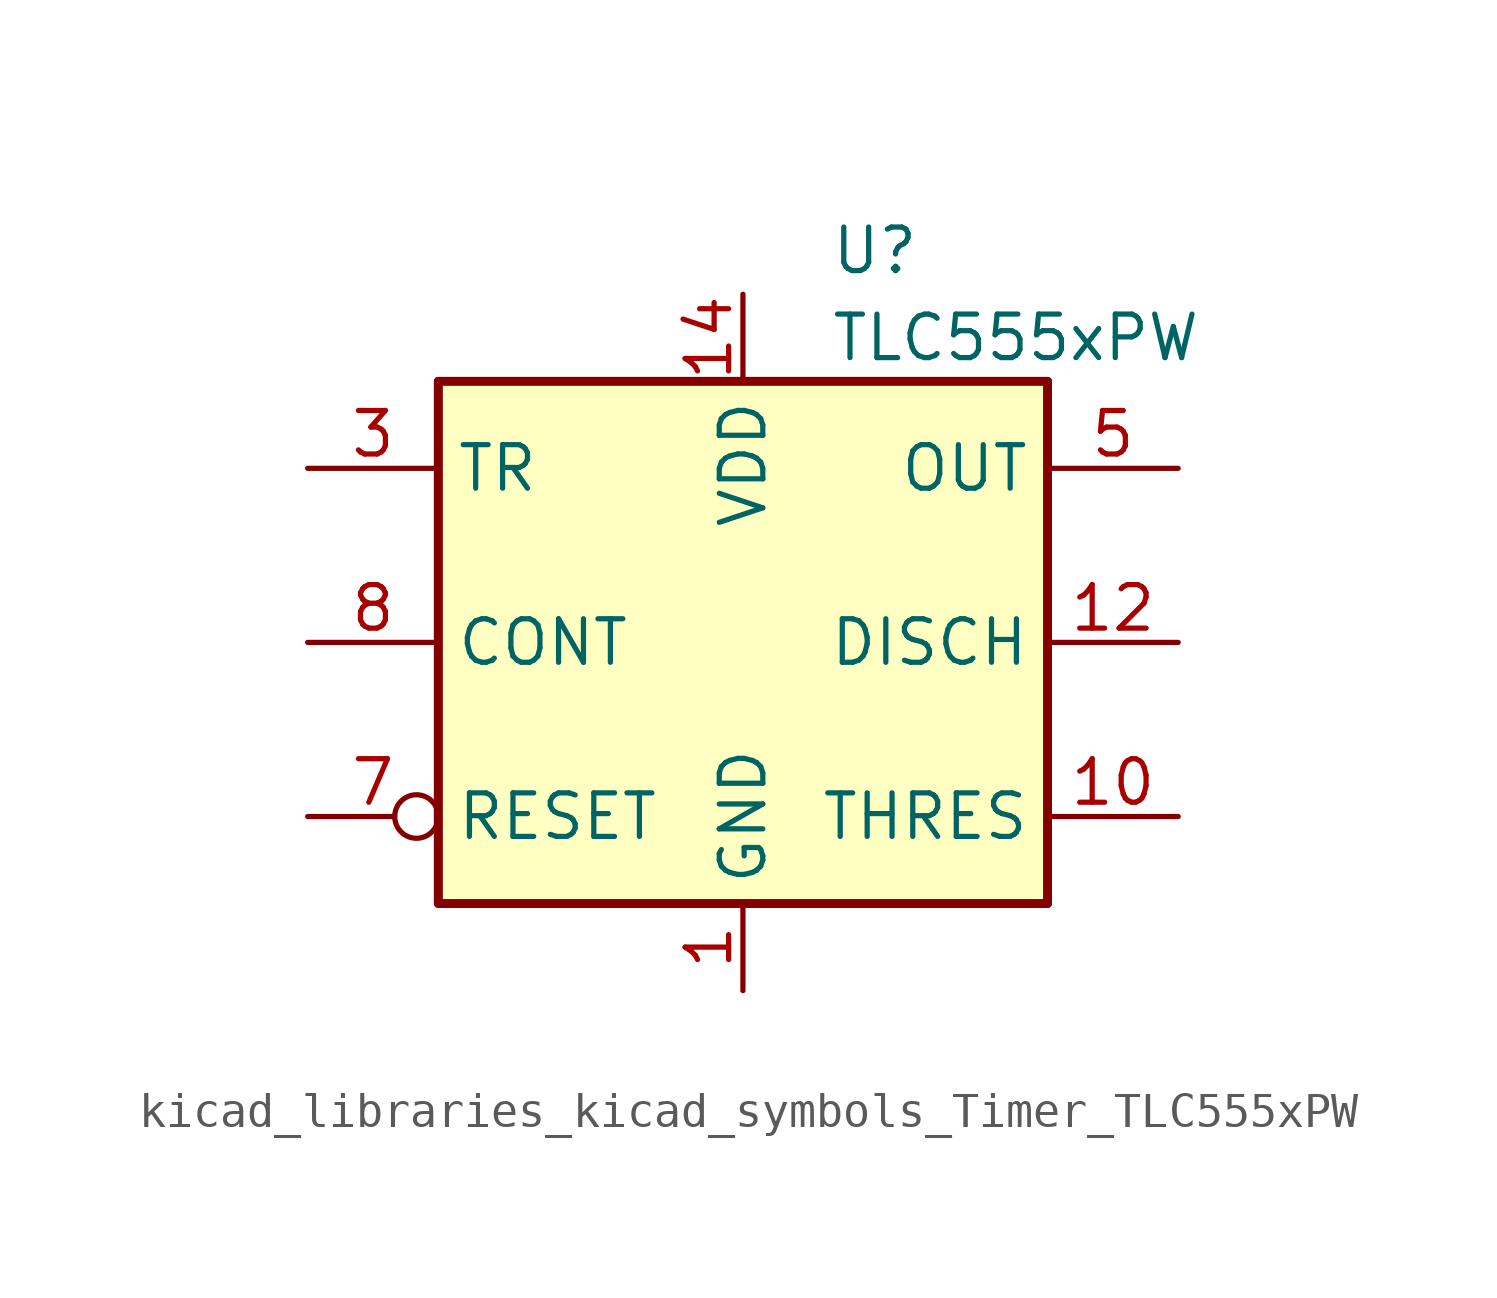
<source format=kicad_sym>
(kicad_symbol_lib
  (version 20220914)
  (generator kicad_symbol_editor)
  (symbol "kicad_libraries_kicad_symbols_Timer_TLC555xPW"
    (property "Reference" "U"
      (at 2.54 11.43 0)
      (effects (font (size 1.27 1.27)) (justify left)))
    (property "Value" "TLC555xPW"
      (at 2.54 8.89 0)
      (effects (font (size 1.27 1.27)) (justify left)))
    (symbol "kicad_libraries_kicad_symbols_Timer_TLC555xPW_0_0"
      (pin power_in line (at 0 -10.16 90) (length 2.54) (name "GND" (effects (font (size 1.27 1.27)))) (number "1" (effects (font (size 1.27 1.27)))))
      (pin power_in line (at 0 10.16 270) (length 2.54) (name "VDD" (effects (font (size 1.27 1.27)))) (number "14" (effects (font (size 1.27 1.27))))))
    (symbol "kicad_libraries_kicad_symbols_Timer_TLC555xPW_0_1"
      (rectangle (start -8.89 -7.62) (end 8.89 7.62) (stroke (width 0.254) (type default)) (fill (type background)))
      (rectangle (start -8.89 -7.62) (end 8.89 7.62) (stroke (width 0.254) (type default)) (fill (type background))))
    (symbol "kicad_libraries_kicad_symbols_Timer_TLC555xPW_1_1"
      (pin input line (at 12.7 -5.08 180) (length 3.81) (name "THRES" (effects (font (size 1.27 1.27)))) (number "10" (effects (font (size 1.27 1.27)))))
      (pin no_connect line (at 0 0 270) (length 2.54) hide (name "NC" (effects (font (size 1.27 1.27)))) (number "11" (effects (font (size 1.27 1.27)))))
      (pin input line (at 12.7 0 180) (length 3.81) (name "DISCH" (effects (font (size 1.27 1.27)))) (number "12" (effects (font (size 1.27 1.27)))))
      (pin no_connect line (at 2.54 0 270) (length 2.54) hide (name "NC" (effects (font (size 1.27 1.27)))) (number "13" (effects (font (size 1.27 1.27)))))
      (pin no_connect line (at -2.54 5.08 270) (length 2.54) hide (name "NC" (effects (font (size 1.27 1.27)))) (number "2" (effects (font (size 1.27 1.27)))))
      (pin input line (at -12.7 5.08 0) (length 3.81) (name "TR" (effects (font (size 1.27 1.27)))) (number "3" (effects (font (size 1.27 1.27)))))
      (pin no_connect line (at 0 5.08 270) (length 2.54) hide (name "NC" (effects (font (size 1.27 1.27)))) (number "4" (effects (font (size 1.27 1.27)))))
      (pin output line (at 12.7 5.08 180) (length 3.81) (name "OUT" (effects (font (size 1.27 1.27)))) (number "5" (effects (font (size 1.27 1.27)))))
      (pin no_connect line (at 2.54 5.08 270) (length 2.54) hide (name "NC" (effects (font (size 1.27 1.27)))) (number "6" (effects (font (size 1.27 1.27)))))
      (pin input inverted (at -12.7 -5.08 0) (length 3.81) (name "RESET" (effects (font (size 1.27 1.27)))) (number "7" (effects (font (size 1.27 1.27)))))
      (pin input line (at -12.7 0 0) (length 3.81) (name "CONT" (effects (font (size 1.27 1.27)))) (number "8" (effects (font (size 1.27 1.27)))))
      (pin no_connect line (at -2.54 0 270) (length 2.54) hide (name "NC" (effects (font (size 1.27 1.27)))) (number "9" (effects (font (size 1.27 1.27))))))))
</source>
